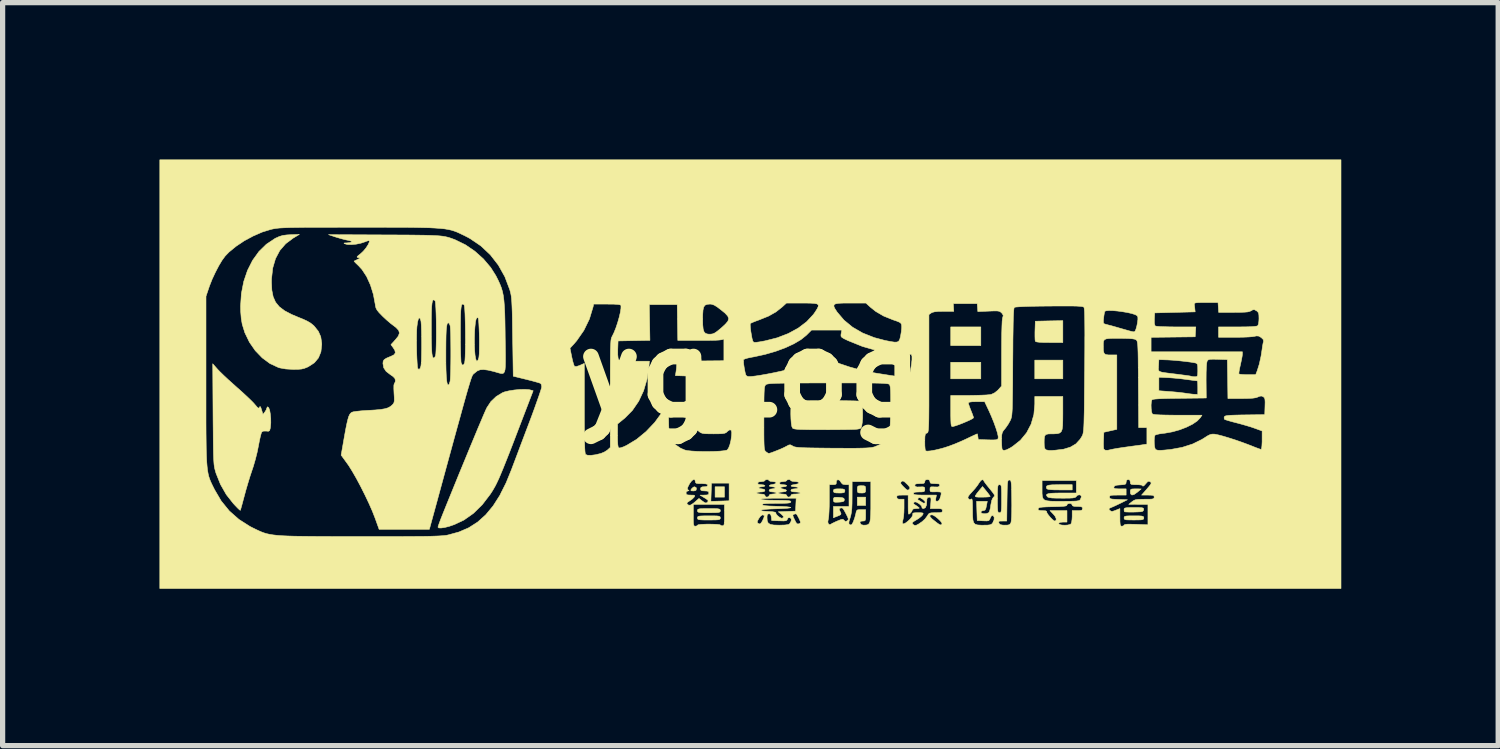
<source format=kicad_pcb>
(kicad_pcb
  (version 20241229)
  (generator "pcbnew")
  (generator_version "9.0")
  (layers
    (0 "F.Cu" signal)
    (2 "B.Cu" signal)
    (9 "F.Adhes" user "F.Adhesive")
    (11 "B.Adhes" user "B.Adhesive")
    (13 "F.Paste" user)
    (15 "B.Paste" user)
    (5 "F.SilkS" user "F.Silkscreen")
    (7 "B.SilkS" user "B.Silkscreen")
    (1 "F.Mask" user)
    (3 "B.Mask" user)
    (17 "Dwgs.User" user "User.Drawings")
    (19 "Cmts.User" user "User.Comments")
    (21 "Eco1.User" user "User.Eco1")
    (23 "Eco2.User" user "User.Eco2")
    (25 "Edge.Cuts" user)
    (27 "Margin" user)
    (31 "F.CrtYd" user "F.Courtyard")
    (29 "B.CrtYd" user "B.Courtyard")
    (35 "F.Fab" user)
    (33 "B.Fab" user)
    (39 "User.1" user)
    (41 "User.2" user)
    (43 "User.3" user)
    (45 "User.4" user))
  (footprint "ygLog"
    (layer "F.Cu")
    (at 11.296 4.093)
    (property "Reference" "ygLog" (at 0 0 0) (layer "F.SilkS") (effects (font (size 1.524 1.524) (thickness 0.3))))
    (attr through_hole)
    (fp_poly (pts (xy -0.496 2.361) (xy -0.675 2.361) (xy -0.675 2.163) (xy -0.496 2.163) (xy -0.496 2.361)) (stroke (width 0.01) (type solid)) (fill yes) (layer "F.SilkS"))
    (fp_poly (pts (xy 2.203 2.52) (xy 2.044 2.52) (xy 2.044 2.361) (xy 2.203 2.361) (xy 2.203 2.52)) (stroke (width 0.01) (type solid)) (fill yes) (layer "F.SilkS"))
    (fp_poly (pts (xy 4.405 -0.536) (xy 3.83 -0.536) (xy 3.83 -0.893) (xy 4.405 -0.893) (xy 4.405 -0.536)) (stroke (width 0.01) (type solid)) (fill yes) (layer "F.SilkS"))
    (fp_poly (pts (xy 4.405 0.099) (xy 3.83 0.099) (xy 3.83 -0.218) (xy 4.405 -0.218) (xy 4.405 0.099)) (stroke (width 0.01) (type solid)) (fill yes) (layer "F.SilkS"))
    (fp_poly (pts (xy 5.973 0.099) (xy 5.437 0.099) (xy 5.437 -0.258) (xy 5.973 -0.258) (xy 5.973 0.099)) (stroke (width 0.01) (type solid)) (fill yes) (layer "F.SilkS"))
    (fp_poly (pts (xy -1.037 2.179) (xy -1.032 2.203) (xy -1.041 2.232) (xy -1.076 2.242) (xy -1.092 2.242) (xy -1.132 2.24) (xy -1.139 2.226) (xy -1.126 2.203) (xy -1.093 2.171) (xy -1.067 2.163) (xy -1.037 2.179)) (stroke (width 0.01) (type solid)) (fill yes) (layer "F.SilkS"))
    (fp_poly (pts (xy 7.471 2.204) (xy 7.402 2.263) (xy 7.338 2.309) (xy 7.294 2.321) (xy 7.268 2.299) (xy 7.263 2.262) (xy 7.265 2.228) (xy 7.277 2.21) (xy 7.31 2.204) (xy 7.367 2.203) (xy 7.471 2.204)) (stroke (width 0.01) (type solid)) (fill yes) (layer "F.SilkS"))
    (fp_poly (pts (xy 5.973 -0.595) (xy 5.714 -0.595) (xy 5.602 -0.596) (xy 5.523 -0.6) (xy 5.475 -0.606) (xy 5.45 -0.616) (xy 5.446 -0.622) (xy 5.442 -0.652) (xy 5.44 -0.712) (xy 5.44 -0.79) (xy 5.441 -0.825) (xy 5.447 -1.002) (xy 5.71 -1.008) (xy 5.973 -1.013) (xy 5.973 -0.595)) (stroke (width 0.01) (type solid)) (fill yes) (layer "F.SilkS"))
    (fp_poly (pts (xy 6.152 2.223) (xy 5.913 2.223) (xy 5.807 2.222) (xy 5.736 2.218) (xy 5.691 2.212) (xy 5.669 2.202) (xy 5.663 2.194) (xy 5.657 2.166) (xy 5.669 2.146) (xy 5.703 2.133) (xy 5.764 2.126) (xy 5.857 2.124) (xy 5.915 2.123) (xy 6.152 2.123) (xy 6.152 2.223)) (stroke (width 0.01) (type solid)) (fill yes) (layer "F.SilkS"))
    (fp_poly (pts (xy 1.692 2.365) (xy 1.753 2.371) (xy 1.785 2.382) (xy 1.795 2.402) (xy 1.796 2.411) (xy 1.79 2.435) (xy 1.767 2.448) (xy 1.717 2.455) (xy 1.692 2.457) (xy 1.631 2.459) (xy 1.6 2.454) (xy 1.589 2.437) (xy 1.587 2.411) (xy 1.59 2.381) (xy 1.604 2.367) (xy 1.639 2.363) (xy 1.692 2.365)) (stroke (width 0.01) (type solid)) (fill yes) (layer "F.SilkS"))
    (fp_poly (pts (xy 1.76 2.204) (xy 1.793 2.212) (xy 1.805 2.228) (xy 1.806 2.242) (xy 1.801 2.265) (xy 1.781 2.277) (xy 1.735 2.282) (xy 1.697 2.282) (xy 1.634 2.28) (xy 1.601 2.273) (xy 1.589 2.256) (xy 1.587 2.242) (xy 1.592 2.219) (xy 1.613 2.207) (xy 1.658 2.203) (xy 1.697 2.203) (xy 1.76 2.204)) (stroke (width 0.01) (type solid)) (fill yes) (layer "F.SilkS"))
    (fp_poly (pts (xy 2.174 2.145) (xy 2.197 2.158) (xy 2.202 2.192) (xy 2.203 2.213) (xy 2.2 2.257) (xy 2.185 2.277) (xy 2.147 2.282) (xy 2.123 2.282) (xy 2.072 2.28) (xy 2.05 2.267) (xy 2.044 2.233) (xy 2.044 2.213) (xy 2.046 2.168) (xy 2.061 2.148) (xy 2.1 2.143) (xy 2.123 2.143) (xy 2.174 2.145)) (stroke (width 0.01) (type solid)) (fill yes) (layer "F.SilkS"))
    (fp_poly (pts (xy 4.511 2.247) (xy 4.55 2.297) (xy 4.577 2.334) (xy 4.584 2.349) (xy 4.566 2.355) (xy 4.517 2.359) (xy 4.449 2.361) (xy 4.434 2.361) (xy 4.359 2.361) (xy 4.316 2.357) (xy 4.299 2.349) (xy 4.301 2.334) (xy 4.305 2.327) (xy 4.33 2.29) (xy 4.369 2.241) (xy 4.382 2.225) (xy 4.438 2.158) (xy 4.511 2.247)) (stroke (width 0.01) (type solid)) (fill yes) (layer "F.SilkS"))
    (fp_poly (pts (xy 7.42 2.719) (xy 7.475 2.722) (xy 7.506 2.729) (xy 7.518 2.741) (xy 7.521 2.758) (xy 7.518 2.777) (xy 7.504 2.788) (xy 7.473 2.795) (xy 7.416 2.797) (xy 7.332 2.798) (xy 7.245 2.797) (xy 7.189 2.795) (xy 7.159 2.788) (xy 7.146 2.776) (xy 7.144 2.758) (xy 7.147 2.74) (xy 7.16 2.728) (xy 7.191 2.722) (xy 7.248 2.719) (xy 7.332 2.719) (xy 7.42 2.719)) (stroke (width 0.01) (type solid)) (fill yes) (layer "F.SilkS"))
    (fp_poly (pts (xy 7.421 2.56) (xy 7.476 2.563) (xy 7.506 2.569) (xy 7.517 2.58) (xy 7.518 2.599) (xy 7.517 2.601) (xy 7.511 2.621) (xy 7.495 2.634) (xy 7.46 2.641) (xy 7.399 2.644) (xy 7.336 2.646) (xy 7.256 2.647) (xy 7.194 2.645) (xy 7.157 2.642) (xy 7.152 2.641) (xy 7.145 2.616) (xy 7.144 2.596) (xy 7.147 2.579) (xy 7.163 2.569) (xy 7.199 2.563) (xy 7.261 2.56) (xy 7.334 2.56) (xy 7.421 2.56)) (stroke (width 0.01) (type solid)) (fill yes) (layer "F.SilkS"))
    (fp_poly (pts (xy -0.698 2.58) (xy -0.636 2.582) (xy -0.599 2.588) (xy -0.581 2.597) (xy -0.576 2.612) (xy -0.575 2.619) (xy -0.578 2.637) (xy -0.59 2.648) (xy -0.619 2.655) (xy -0.671 2.658) (xy -0.753 2.659) (xy -0.794 2.659) (xy -0.889 2.659) (xy -0.952 2.656) (xy -0.989 2.651) (xy -1.006 2.642) (xy -1.012 2.627) (xy -1.012 2.619) (xy -1.01 2.602) (xy -0.997 2.591) (xy -0.969 2.584) (xy -0.917 2.581) (xy -0.835 2.58) (xy -0.794 2.58) (xy -0.698 2.58)) (stroke (width 0.01) (type solid)) (fill yes) (layer "F.SilkS"))
    (fp_poly (pts (xy -0.698 2.719) (xy -0.636 2.721) (xy -0.599 2.726) (xy -0.581 2.736) (xy -0.576 2.751) (xy -0.575 2.758) (xy -0.578 2.776) (xy -0.59 2.787) (xy -0.619 2.794) (xy -0.671 2.797) (xy -0.753 2.798) (xy -0.794 2.798) (xy -0.889 2.798) (xy -0.952 2.795) (xy -0.989 2.79) (xy -1.006 2.781) (xy -1.012 2.766) (xy -1.012 2.758) (xy -1.01 2.741) (xy -0.997 2.73) (xy -0.969 2.723) (xy -0.917 2.72) (xy -0.835 2.719) (xy -0.794 2.719) (xy -0.698 2.719)) (stroke (width 0.01) (type solid)) (fill yes) (layer "F.SilkS"))
    (fp_poly (pts (xy -4.236 0.306) (xy -4.215 0.31) (xy -4.153 0.327) (xy -4.455 1.114) (xy -4.539 1.334) (xy -4.611 1.52) (xy -4.673 1.676) (xy -4.725 1.806) (xy -4.77 1.914) (xy -4.808 2.004) (xy -4.843 2.078) (xy -4.874 2.141) (xy -4.905 2.196) (xy -4.936 2.248) (xy -4.969 2.299) (xy -4.973 2.305) (xy -5.126 2.505) (xy -5.294 2.67) (xy -5.477 2.799) (xy -5.659 2.885) (xy -5.757 2.919) (xy -5.844 2.941) (xy -5.914 2.951) (xy -5.959 2.949) (xy -5.973 2.934) (xy -5.966 2.909) (xy -5.946 2.852) (xy -5.915 2.77) (xy -5.875 2.669) (xy -5.829 2.555) (xy -5.811 2.51) (xy -5.687 2.206) (xy -5.572 1.923) (xy -5.465 1.664) (xy -5.369 1.43) (xy -5.283 1.224) (xy -5.209 1.045) (xy -5.146 0.897) (xy -5.097 0.781) (xy -5.061 0.699) (xy -5.039 0.652) (xy -4.961 0.534) (xy -4.858 0.436) (xy -4.742 0.366) (xy -4.699 0.349) (xy -4.616 0.329) (xy -4.515 0.313) (xy -4.41 0.303) (xy -4.312 0.301) (xy -4.236 0.306)) (stroke (width 0.01) (type solid)) (fill yes) (layer "F.SilkS"))
    (fp_poly (pts (xy 1.606 0.516) (xy 1.75 0.517) (xy 1.876 0.519) (xy 1.98 0.521) (xy 2.058 0.524) (xy 2.103 0.526) (xy 2.112 0.528) (xy 2.127 0.553) (xy 2.137 0.607) (xy 2.144 0.683) (xy 2.146 0.769) (xy 2.145 0.858) (xy 2.138 0.938) (xy 2.128 1.002) (xy 2.114 1.039) (xy 2.112 1.04) (xy 2.099 1.049) (xy 2.076 1.056) (xy 2.04 1.062) (xy 1.986 1.066) (xy 1.91 1.068) (xy 1.808 1.07) (xy 1.676 1.071) (xy 1.509 1.072) (xy 1.459 1.072) (xy 1.282 1.071) (xy 1.141 1.071) (xy 1.031 1.069) (xy 0.949 1.067) (xy 0.889 1.063) (xy 0.849 1.058) (xy 0.823 1.051) (xy 0.808 1.043) (xy 0.805 1.04) (xy 0.791 1.007) (xy 0.781 0.944) (xy 0.775 0.863) (xy 0.772 0.774) (xy 0.773 0.686) (xy 0.779 0.61) (xy 0.789 0.557) (xy 0.798 0.54) (xy 0.817 0.533) (xy 0.86 0.527) (xy 0.929 0.522) (xy 1.029 0.519) (xy 1.16 0.517) (xy 1.327 0.516) (xy 1.451 0.516) (xy 1.606 0.516)) (stroke (width 0.01) (type solid)) (fill yes) (layer "F.SilkS"))
    (fp_poly (pts (xy -8.741 -2.591) (xy -8.884 -2.484) (xy -8.997 -2.354) (xy -9.079 -2.199) (xy -9.132 -2.019) (xy -9.155 -1.813) (xy -9.156 -1.746) (xy -9.149 -1.595) (xy -9.124 -1.47) (xy -9.078 -1.366) (xy -9.007 -1.279) (xy -8.907 -1.203) (xy -8.775 -1.133) (xy -8.654 -1.082) (xy -8.545 -1.038) (xy -8.465 -1) (xy -8.405 -0.964) (xy -8.357 -0.925) (xy -8.339 -0.908) (xy -8.26 -0.809) (xy -8.214 -0.706) (xy -8.196 -0.585) (xy -8.195 -0.556) (xy -8.211 -0.416) (xy -8.258 -0.301) (xy -8.337 -0.207) (xy -8.451 -0.133) (xy -8.463 -0.127) (xy -8.522 -0.103) (xy -8.58 -0.088) (xy -8.652 -0.082) (xy -8.741 -0.081) (xy -8.881 -0.089) (xy -8.994 -0.109) (xy -9.022 -0.117) (xy -9.184 -0.192) (xy -9.333 -0.302) (xy -9.466 -0.44) (xy -9.578 -0.602) (xy -9.665 -0.782) (xy -9.715 -0.943) (xy -9.734 -1.055) (xy -9.745 -1.192) (xy -9.747 -1.29) (xy -9.731 -1.532) (xy -9.686 -1.762) (xy -9.614 -1.974) (xy -9.517 -2.166) (xy -9.396 -2.334) (xy -9.254 -2.473) (xy -9.093 -2.581) (xy -9.075 -2.591) (xy -9.005 -2.622) (xy -8.939 -2.642) (xy -8.861 -2.652) (xy -8.791 -2.656) (xy -8.622 -2.662) (xy -8.741 -2.591)) (stroke (width 0.01) (type solid)) (fill yes) (layer "F.SilkS"))
    (fp_poly (pts (xy -10.187 -0.084) (xy -10.141 -0.036) (xy -10.072 0.031) (xy -9.987 0.111) (xy -9.893 0.195) (xy -9.822 0.259) (xy -9.728 0.342) (xy -9.639 0.424) (xy -9.562 0.497) (xy -9.503 0.556) (xy -9.474 0.589) (xy -9.432 0.638) (xy -9.406 0.659) (xy -9.392 0.657) (xy -9.385 0.643) (xy -9.375 0.627) (xy -9.362 0.642) (xy -9.345 0.692) (xy -9.319 0.779) (xy -9.283 0.734) (xy -9.257 0.693) (xy -9.247 0.663) (xy -9.236 0.638) (xy -9.228 0.635) (xy -9.208 0.653) (xy -9.19 0.702) (xy -9.178 0.773) (xy -9.17 0.855) (xy -9.169 0.942) (xy -9.176 1.022) (xy -9.18 1.048) (xy -9.192 1.089) (xy -9.216 1.102) (xy -9.255 1.098) (xy -9.314 1.099) (xy -9.341 1.115) (xy -9.353 1.144) (xy -9.369 1.204) (xy -9.387 1.286) (xy -9.405 1.38) (xy -9.43 1.504) (xy -9.465 1.643) (xy -9.504 1.777) (xy -9.527 1.845) (xy -9.565 1.959) (xy -9.606 2.093) (xy -9.646 2.23) (xy -9.676 2.341) (xy -9.702 2.438) (xy -9.724 2.52) (xy -9.741 2.58) (xy -9.75 2.612) (xy -9.751 2.614) (xy -9.767 2.604) (xy -9.803 2.57) (xy -9.853 2.518) (xy -9.887 2.481) (xy -10.02 2.312) (xy -10.131 2.117) (xy -10.215 1.907) (xy -10.222 1.885) (xy -10.232 1.849) (xy -10.241 1.815) (xy -10.248 1.778) (xy -10.254 1.734) (xy -10.258 1.68) (xy -10.262 1.611) (xy -10.265 1.524) (xy -10.267 1.416) (xy -10.269 1.281) (xy -10.27 1.117) (xy -10.272 0.92) (xy -10.273 0.774) (xy -10.279 -0.189) (xy -10.187 -0.084)) (stroke (width 0.01) (type solid)) (fill yes) (layer "F.SilkS"))
    (fp_poly (pts (xy -6.985 -2.652) (xy -6.747 -2.651) (xy -6.545 -2.65) (xy -6.376 -2.648) (xy -6.235 -2.646) (xy -6.119 -2.643) (xy -6.024 -2.639) (xy -5.947 -2.634) (xy -5.883 -2.627) (xy -5.83 -2.618) (xy -5.783 -2.607) (xy -5.74 -2.594) (xy -5.695 -2.578) (xy -5.645 -2.559) (xy -5.636 -2.555) (xy -5.448 -2.463) (xy -5.268 -2.34) (xy -5.104 -2.193) (xy -4.965 -2.029) (xy -4.866 -1.872) (xy -4.825 -1.791) (xy -4.791 -1.717) (xy -4.763 -1.646) (xy -4.741 -1.573) (xy -4.724 -1.492) (xy -4.712 -1.398) (xy -4.703 -1.287) (xy -4.696 -1.154) (xy -4.692 -0.994) (xy -4.689 -0.801) (xy -4.688 -0.699) (xy -4.685 -0.51) (xy -4.683 -0.357) (xy -4.683 -0.236) (xy -4.685 -0.145) (xy -4.69 -0.079) (xy -4.701 -0.036) (xy -4.718 -0.011) (xy -4.742 -0.002) (xy -4.774 -0.004) (xy -4.816 -0.015) (xy -4.868 -0.03) (xy -4.901 -0.04) (xy -5.016 -0.067) (xy -5.101 -0.078) (xy -5.167 -0.074) (xy -5.22 -0.053) (xy -5.268 -0.015) (xy -5.278 -0.006) (xy -5.287 0.000029) (xy -5.295 0.007) (xy -5.302 0.015) (xy -5.311 0.028) (xy -5.32 0.047) (xy -5.331 0.074) (xy -5.344 0.111) (xy -5.36 0.16) (xy -5.379 0.223) (xy -5.403 0.303) (xy -5.431 0.4) (xy -5.464 0.518) (xy -5.503 0.658) (xy -5.548 0.822) (xy -5.601 1.013) (xy -5.661 1.231) (xy -5.729 1.48) (xy -5.806 1.761) (xy -5.892 2.077) (xy -5.987 2.426) (xy -6.138 2.977) (xy -7.098 2.977) (xy -7.175 2.763) (xy -7.227 2.63) (xy -7.293 2.48) (xy -7.369 2.32) (xy -7.45 2.159) (xy -7.531 2.007) (xy -7.609 1.871) (xy -7.678 1.76) (xy -7.702 1.726) (xy -7.824 1.558) (xy -7.763 1.208) (xy -7.737 1.065) (xy -7.715 0.956) (xy -7.696 0.876) (xy -7.679 0.819) (xy -7.661 0.78) (xy -7.641 0.755) (xy -7.62 0.739) (xy -7.587 0.729) (xy -7.523 0.72) (xy -7.437 0.711) (xy -7.337 0.704) (xy -7.319 0.703) (xy -7.177 0.695) (xy -7.068 0.685) (xy -6.987 0.671) (xy -6.927 0.653) (xy -6.882 0.628) (xy -6.851 0.602) (xy -6.827 0.576) (xy -6.813 0.55) (xy -6.807 0.513) (xy -6.808 0.457) (xy -6.813 0.376) (xy -6.817 0.285) (xy -6.816 0.221) (xy -6.808 0.19) (xy -6.806 0.188) (xy -6.791 0.161) (xy -6.787 0.128) (xy -6.797 0.091) (xy -6.831 0.055) (xy -6.882 0.02) (xy -6.964 -0.043) (xy -7.01 -0.112) (xy -7.025 -0.195) (xy -7.025 -0.197) (xy -7.02 -0.238) (xy -7.001 -0.268) (xy -6.959 -0.295) (xy -6.888 -0.325) (xy -6.881 -0.327) (xy -6.816 -0.359) (xy -6.788 -0.396) (xy -6.797 -0.444) (xy -6.829 -0.496) (xy -6.872 -0.554) (xy -6.806 -0.626) (xy -6.383 -0.626) (xy -6.382 -0.513) (xy -6.38 -0.4) (xy -6.376 -0.294) (xy -6.371 -0.204) (xy -6.366 -0.137) (xy -6.36 -0.1) (xy -6.358 -0.097) (xy -6.335 -0.08) (xy -6.314 -0.1) (xy -6.299 -0.144) (xy -6.294 -0.188) (xy -6.289 -0.264) (xy -6.287 -0.364) (xy -6.285 -0.478) (xy -6.285 -0.598) (xy -6.286 -0.718) (xy -6.288 -0.827) (xy -6.29 -0.888) (xy -6.1 -0.888) (xy -6.1 -0.713) (xy -6.098 -0.574) (xy -6.094 -0.467) (xy -6.089 -0.39) (xy -6.081 -0.339) (xy -6.07 -0.309) (xy -6.056 -0.298) (xy -6.053 -0.298) (xy -6.034 -0.314) (xy -6.02 -0.342) (xy -6.014 -0.38) (xy -6.013 -0.397) (xy -5.822 -0.397) (xy -5.822 -0.212) (xy -5.819 -0.065) (xy -5.814 0.049) (xy -5.807 0.131) (xy -5.798 0.184) (xy -5.785 0.212) (xy -5.775 0.218) (xy -5.759 0.201) (xy -5.745 0.158) (xy -5.741 0.144) (xy -5.737 0.1) (xy -5.733 0.025) (xy -5.73 -0.075) (xy -5.728 -0.192) (xy -5.727 -0.32) (xy -5.727 -0.451) (xy -5.728 -0.579) (xy -5.729 -0.696) (xy -5.731 -0.769) (xy -5.544 -0.769) (xy -5.544 -0.627) (xy -5.542 -0.496) (xy -5.54 -0.383) (xy -5.536 -0.292) (xy -5.533 -0.23) (xy -5.529 -0.203) (xy -5.508 -0.165) (xy -5.485 -0.166) (xy -5.465 -0.205) (xy -5.463 -0.213) (xy -5.457 -0.255) (xy -5.453 -0.326) (xy -5.45 -0.422) (xy -5.448 -0.535) (xy -5.447 -0.66) (xy -5.448 -0.682) (xy -5.276 -0.682) (xy -5.276 -0.558) (xy -5.272 -0.446) (xy -5.264 -0.353) (xy -5.252 -0.284) (xy -5.238 -0.245) (xy -5.228 -0.238) (xy -5.208 -0.257) (xy -5.191 -0.307) (xy -5.189 -0.324) (xy -5.184 -0.376) (xy -5.182 -0.453) (xy -5.181 -0.547) (xy -5.181 -0.652) (xy -5.183 -0.76) (xy -5.187 -0.862) (xy -5.191 -0.95) (xy -5.196 -1.018) (xy -5.202 -1.058) (xy -5.204 -1.064) (xy -5.226 -1.071) (xy -5.243 -1.044) (xy -5.257 -0.983) (xy -5.267 -0.884) (xy -5.272 -0.812) (xy -5.276 -0.682) (xy -5.448 -0.682) (xy -5.448 -0.79) (xy -5.45 -0.918) (xy -5.453 -1.038) (xy -5.456 -1.145) (xy -5.461 -1.23) (xy -5.467 -1.289) (xy -5.473 -1.314) (xy -5.493 -1.329) (xy -5.509 -1.329) (xy -5.521 -1.311) (xy -5.53 -1.27) (xy -5.537 -1.204) (xy -5.541 -1.109) (xy -5.543 -0.983) (xy -5.544 -0.82) (xy -5.544 -0.769) (xy -5.731 -0.769) (xy -5.732 -0.796) (xy -5.736 -0.871) (xy -5.74 -0.914) (xy -5.741 -0.918) (xy -5.757 -0.957) (xy -5.775 -0.972) (xy -5.789 -0.965) (xy -5.8 -0.941) (xy -5.808 -0.895) (xy -5.815 -0.826) (xy -5.819 -0.728) (xy -5.821 -0.598) (xy -5.822 -0.434) (xy -5.822 -0.397) (xy -6.013 -0.397) (xy -6.01 -0.448) (xy -6.007 -0.541) (xy -6.005 -0.652) (xy -6.004 -0.774) (xy -6.005 -0.9) (xy -6.006 -1.025) (xy -6.009 -1.142) (xy -6.013 -1.243) (xy -6.018 -1.324) (xy -6.023 -1.376) (xy -6.029 -1.393) (xy -6.049 -1.409) (xy -6.066 -1.408) (xy -6.078 -1.388) (xy -6.087 -1.344) (xy -6.094 -1.273) (xy -6.098 -1.173) (xy -6.1 -1.039) (xy -6.1 -0.888) (xy -6.29 -0.888) (xy -6.291 -0.919) (xy -6.296 -0.984) (xy -6.299 -1.008) (xy -6.315 -1.056) (xy -6.332 -1.066) (xy -6.349 -1.041) (xy -6.364 -0.982) (xy -6.376 -0.892) (xy -6.376 -0.891) (xy -6.38 -0.823) (xy -6.382 -0.732) (xy -6.383 -0.626) (xy -6.806 -0.626) (xy -6.789 -0.645) (xy -6.732 -0.716) (xy -6.71 -0.775) (xy -6.724 -0.827) (xy -6.774 -0.881) (xy -6.816 -0.913) (xy -6.879 -0.961) (xy -6.955 -1.026) (xy -7.028 -1.094) (xy -7.038 -1.104) (xy -7.099 -1.167) (xy -7.137 -1.214) (xy -7.159 -1.256) (xy -7.17 -1.303) (xy -7.172 -1.322) (xy -7.208 -1.515) (xy -7.264 -1.695) (xy -7.337 -1.856) (xy -7.425 -1.99) (xy -7.492 -2.063) (xy -7.538 -2.107) (xy -7.569 -2.139) (xy -7.577 -2.151) (xy -7.556 -2.161) (xy -7.515 -2.181) (xy -7.511 -2.183) (xy -7.473 -2.202) (xy -7.469 -2.211) (xy -7.496 -2.218) (xy -7.496 -2.218) (xy -7.518 -2.224) (xy -7.518 -2.237) (xy -7.491 -2.262) (xy -7.456 -2.289) (xy -7.4 -2.341) (xy -7.347 -2.405) (xy -7.306 -2.469) (xy -7.284 -2.522) (xy -7.283 -2.534) (xy -7.297 -2.543) (xy -7.341 -2.531) (xy -7.367 -2.52) (xy -7.446 -2.494) (xy -7.538 -2.475) (xy -7.628 -2.467) (xy -7.704 -2.469) (xy -7.739 -2.478) (xy -7.769 -2.491) (xy -7.767 -2.497) (xy -7.729 -2.499) (xy -7.719 -2.499) (xy -7.656 -2.505) (xy -7.624 -2.517) (xy -7.626 -2.53) (xy -7.664 -2.543) (xy -7.683 -2.547) (xy -7.745 -2.56) (xy -7.827 -2.581) (xy -7.913 -2.607) (xy -7.918 -2.608) (xy -8.066 -2.657) (xy -6.985 -2.652)) (stroke (width 0.01) (type solid)) (fill yes) (layer "F.SilkS"))
    (fp_poly (pts (xy 11.291 4.108) (xy -11.291 4.108) (xy -11.291 0.441) (xy -10.408 0.441) (xy -10.408 0.706) (xy -10.408 0.937) (xy -10.407 1.138) (xy -10.405 1.309) (xy -10.403 1.456) (xy -10.399 1.58) (xy -10.394 1.684) (xy -10.387 1.771) (xy -10.379 1.845) (xy -10.368 1.907) (xy -10.356 1.961) (xy -10.34 2.01) (xy -10.322 2.056) (xy -10.301 2.103) (xy -10.277 2.152) (xy -10.249 2.208) (xy -10.247 2.213) (xy -10.118 2.433) (xy -9.962 2.625) (xy -9.778 2.787) (xy -9.568 2.921) (xy -9.515 2.948) (xy -9.456 2.977) (xy -9.403 3.002) (xy -9.353 3.024) (xy -9.303 3.043) (xy -9.251 3.059) (xy -9.192 3.072) (xy -9.125 3.083) (xy -9.046 3.092) (xy -8.953 3.099) (xy -8.842 3.104) (xy -8.71 3.108) (xy -8.556 3.11) (xy -8.374 3.112) (xy -8.164 3.113) (xy -7.921 3.114) (xy -7.644 3.114) (xy -7.475 3.114) (xy -7.185 3.114) (xy -6.931 3.114) (xy -6.712 3.114) (xy -6.524 3.113) (xy -6.364 3.112) (xy -6.23 3.111) (xy -6.119 3.109) (xy -6.028 3.106) (xy -5.954 3.103) (xy -5.895 3.099) (xy -5.848 3.095) (xy -5.809 3.09) (xy -5.779 3.084) (xy -5.571 3.027) (xy -5.384 2.946) (xy -5.214 2.837) (xy -5.06 2.699) (xy -4.919 2.529) (xy -4.79 2.327) (xy -4.768 2.282) (xy -1.23 2.282) (xy -1.224 2.307) (xy -1.2 2.319) (xy -1.148 2.322) (xy -1.141 2.322) (xy -1.087 2.323) (xy -1.065 2.33) (xy -1.068 2.347) (xy -1.076 2.361) (xy -1.11 2.396) (xy -1.159 2.431) (xy -1.164 2.434) (xy -1.205 2.461) (xy -1.214 2.483) (xy -1.207 2.494) (xy -1.179 2.516) (xy -1.144 2.513) (xy -1.124 2.5) (xy -1.091 2.5) (xy -1.091 2.709) (xy -1.091 2.802) (xy -1.089 2.862) (xy -1.083 2.897) (xy -1.073 2.913) (xy -1.057 2.917) (xy -1.052 2.917) (xy -1.019 2.909) (xy -1.012 2.897) (xy -0.993 2.888) (xy -0.94 2.882) (xy -0.856 2.878) (xy -0.794 2.877) (xy -0.706 2.879) (xy -0.635 2.882) (xy -0.589 2.888) (xy -0.575 2.893) (xy -0.559 2.906) (xy -0.536 2.909) (xy -0.518 2.906) (xy -0.506 2.893) (xy -0.5 2.863) (xy -0.499 2.848) (xy 0.131 2.848) (xy 0.143 2.86) (xy 0.173 2.874) (xy 0.196 2.866) (xy 0.222 2.829) (xy 0.237 2.8) (xy 0.256 2.757) (xy 0.318 2.757) (xy 0.322 2.817) (xy 0.341 2.857) (xy 0.38 2.882) (xy 0.446 2.894) (xy 0.544 2.897) (xy 0.555 2.897) (xy 0.659 2.894) (xy 0.724 2.885) (xy 0.749 2.872) (xy 0.779 2.82) (xy 0.782 2.778) (xy 0.758 2.754) (xy 0.756 2.753) (xy 0.721 2.757) (xy 0.708 2.781) (xy 0.698 2.801) (xy 0.677 2.812) (xy 0.636 2.816) (xy 0.565 2.814) (xy 0.552 2.814) (xy 0.407 2.808) (xy 0.401 2.743) (xy 0.389 2.696) (xy 0.364 2.679) (xy 0.356 2.679) (xy 0.331 2.686) (xy 0.319 2.715) (xy 0.318 2.757) (xy 0.256 2.757) (xy 0.258 2.751) (xy 0.266 2.717) (xy 0.264 2.711) (xy 0.23 2.699) (xy 0.191 2.727) (xy 0.16 2.771) (xy 0.134 2.82) (xy 0.131 2.848) (xy -0.499 2.848) (xy -0.497 2.809) (xy -0.496 2.724) (xy -0.496 2.704) (xy -0.496 2.611) (xy 0.197 2.611) (xy 0.2 2.619) (xy 0.237 2.627) (xy 0.311 2.633) (xy 0.348 2.635) (xy 0.423 2.64) (xy 0.471 2.649) (xy 0.486 2.659) (xy 0.486 2.66) (xy 0.491 2.684) (xy 0.519 2.716) (xy 0.557 2.746) (xy 0.594 2.764) (xy 0.61 2.764) (xy 0.633 2.745) (xy 0.635 2.738) (xy 0.621 2.715) (xy 0.617 2.712) (xy 0.811 2.712) (xy 0.822 2.745) (xy 0.842 2.787) (xy 0.87 2.843) (xy 0.891 2.87) (xy 0.914 2.874) (xy 0.94 2.866) (xy 0.957 2.854) (xy 0.957 2.836) (xy 1.48 2.836) (xy 1.491 2.873) (xy 1.514 2.888) (xy 1.536 2.88) (xy 1.561 2.865) (xy 1.882 2.865) (xy 1.892 2.882) (xy 1.919 2.894) (xy 1.939 2.885) (xy 1.96 2.848) (xy 1.971 2.823) (xy 1.996 2.752) (xy 2.015 2.68) (xy 2.016 2.674) (xy 2.026 2.628) (xy 2.044 2.606) (xy 2.082 2.6) (xy 2.116 2.6) (xy 2.203 2.6) (xy 2.203 2.709) (xy 2.202 2.771) (xy 2.195 2.804) (xy 2.178 2.816) (xy 2.145 2.818) (xy 2.105 2.822) (xy 2.095 2.841) (xy 2.098 2.857) (xy 2.117 2.887) (xy 2.162 2.897) (xy 2.174 2.897) (xy 2.215 2.895) (xy 2.246 2.887) (xy 2.269 2.867) (xy 2.285 2.831) (xy 2.294 2.774) (xy 2.299 2.691) (xy 2.302 2.578) (xy 2.302 2.449) (xy 2.302 2.361) (xy 2.798 2.361) (xy 2.806 2.389) (xy 2.836 2.4) (xy 2.867 2.401) (xy 2.937 2.401) (xy 2.937 2.568) (xy 2.935 2.653) (xy 2.929 2.727) (xy 2.92 2.779) (xy 2.918 2.787) (xy 2.907 2.835) (xy 2.91 2.867) (xy 2.929 2.873) (xy 2.964 2.857) (xy 3.008 2.824) (xy 3.052 2.783) (xy 3.086 2.741) (xy 3.104 2.706) (xy 3.104 2.694) (xy 3.103 2.674) (xy 3.12 2.663) (xy 3.164 2.659) (xy 3.204 2.659) (xy 3.267 2.66) (xy 3.297 2.665) (xy 3.303 2.678) (xy 3.294 2.699) (xy 3.265 2.73) (xy 3.215 2.77) (xy 3.175 2.794) (xy 3.121 2.827) (xy 3.096 2.848) (xy 3.095 2.866) (xy 3.109 2.883) (xy 3.136 2.9) (xy 3.168 2.9) (xy 3.213 2.877) (xy 3.279 2.832) (xy 3.289 2.824) (xy 3.34 2.777) (xy 3.375 2.73) (xy 3.431 2.73) (xy 3.465 2.771) (xy 3.518 2.814) (xy 3.58 2.862) (xy 3.619 2.887) (xy 3.642 2.893) (xy 3.656 2.884) (xy 3.663 2.874) (xy 3.658 2.849) (xy 3.628 2.812) (xy 3.584 2.77) (xy 3.536 2.731) (xy 3.492 2.705) (xy 3.469 2.699) (xy 3.432 2.707) (xy 3.431 2.73) (xy 3.375 2.73) (xy 3.38 2.724) (xy 3.384 2.718) (xy 3.403 2.686) (xy 3.426 2.668) (xy 3.464 2.661) (xy 3.529 2.659) (xy 3.543 2.659) (xy 3.612 2.658) (xy 3.651 2.652) (xy 3.668 2.64) (xy 3.671 2.619) (xy 3.667 2.597) (xy 3.647 2.585) (xy 3.603 2.58) (xy 3.555 2.58) (xy 3.44 2.58) (xy 3.449 2.471) (xy 3.453 2.408) (xy 3.449 2.375) (xy 3.435 2.363) (xy 3.416 2.361) (xy 3.386 2.369) (xy 3.374 2.399) (xy 3.373 2.426) (xy 3.366 2.513) (xy 3.345 2.563) (xy 3.31 2.58) (xy 3.281 2.57) (xy 3.279 2.555) (xy 3.27 2.529) (xy 3.236 2.495) (xy 3.22 2.483) (xy 3.17 2.455) (xy 3.14 2.452) (xy 3.128 2.46) (xy 3.118 2.484) (xy 3.135 2.5) (xy 3.175 2.526) (xy 3.205 2.548) (xy 3.228 2.568) (xy 3.223 2.576) (xy 3.185 2.579) (xy 3.17 2.579) (xy 3.115 2.586) (xy 3.096 2.606) (xy 3.096 2.606) (xy 3.082 2.639) (xy 3.056 2.669) (xy 3.038 2.684) (xy 3.026 2.686) (xy 3.02 2.667) (xy 3.017 2.624) (xy 3.016 2.548) (xy 3.016 2.513) (xy 3.016 2.405) (xy 3.196 2.405) (xy 3.207 2.414) (xy 3.239 2.432) (xy 3.266 2.451) (xy 3.308 2.476) (xy 3.333 2.474) (xy 3.343 2.462) (xy 3.336 2.44) (xy 3.304 2.409) (xy 3.293 2.4) (xy 3.248 2.373) (xy 3.221 2.372) (xy 3.208 2.381) (xy 3.196 2.405) (xy 3.016 2.405) (xy 3.016 2.322) (xy 2.907 2.322) (xy 2.844 2.323) (xy 2.811 2.331) (xy 2.799 2.347) (xy 2.798 2.361) (xy 2.302 2.361) (xy 2.302 2.292) (xy 3.115 2.292) (xy 3.122 2.305) (xy 3.144 2.314) (xy 3.19 2.319) (xy 3.265 2.321) (xy 3.336 2.322) (xy 3.557 2.322) (xy 3.545 2.381) (xy 3.541 2.423) (xy 3.555 2.439) (xy 3.572 2.441) (xy 3.603 2.427) (xy 3.627 2.382) (xy 3.63 2.374) (xy 4.158 2.374) (xy 4.167 2.391) (xy 4.195 2.41) (xy 4.219 2.399) (xy 4.231 2.395) (xy 4.239 2.41) (xy 4.244 2.448) (xy 4.246 2.516) (xy 4.247 2.606) (xy 4.248 2.719) (xy 4.254 2.798) (xy 4.269 2.849) (xy 4.297 2.879) (xy 4.344 2.893) (xy 4.412 2.897) (xy 4.455 2.897) (xy 4.533 2.896) (xy 4.581 2.89) (xy 4.611 2.877) (xy 4.632 2.854) (xy 4.632 2.853) (xy 4.645 2.826) (xy 4.747 2.826) (xy 4.748 2.847) (xy 4.755 2.866) (xy 4.777 2.887) (xy 4.827 2.896) (xy 4.864 2.897) (xy 4.924 2.895) (xy 4.957 2.884) (xy 4.976 2.859) (xy 4.982 2.845) (xy 4.988 2.808) (xy 4.993 2.737) (xy 4.996 2.639) (xy 4.996 2.585) (xy 5.5 2.585) (xy 5.503 2.606) (xy 5.526 2.616) (xy 5.579 2.619) (xy 5.586 2.619) (xy 5.645 2.623) (xy 5.666 2.635) (xy 5.664 2.641) (xy 5.67 2.664) (xy 5.697 2.703) (xy 5.735 2.749) (xy 5.775 2.789) (xy 5.808 2.814) (xy 5.819 2.818) (xy 5.844 2.805) (xy 5.845 2.77) (xy 5.823 2.724) (xy 5.793 2.688) (xy 5.727 2.619) (xy 6.052 2.619) (xy 6.052 2.838) (xy 5.973 2.838) (xy 5.918 2.843) (xy 5.895 2.859) (xy 5.894 2.867) (xy 5.911 2.885) (xy 5.955 2.895) (xy 6.012 2.898) (xy 6.069 2.894) (xy 6.114 2.882) (xy 6.128 2.873) (xy 6.141 2.842) (xy 6.149 2.784) (xy 6.152 2.734) (xy 6.152 2.619) (xy 6.251 2.619) (xy 6.31 2.617) (xy 6.34 2.608) (xy 6.347 2.593) (xy 6.854 2.593) (xy 6.871 2.613) (xy 6.894 2.631) (xy 6.921 2.634) (xy 6.966 2.619) (xy 6.984 2.612) (xy 7.064 2.58) (xy 7.064 2.749) (xy 7.065 2.83) (xy 7.069 2.881) (xy 7.077 2.906) (xy 7.091 2.916) (xy 7.104 2.917) (xy 7.136 2.908) (xy 7.144 2.895) (xy 7.158 2.885) (xy 7.204 2.879) (xy 7.284 2.879) (xy 7.372 2.881) (xy 7.6 2.89) (xy 7.6 2.5) (xy 7.233 2.499) (xy 7.293 2.45) (xy 7.325 2.427) (xy 7.359 2.412) (xy 7.406 2.405) (xy 7.476 2.402) (xy 7.536 2.401) (xy 7.622 2.401) (xy 7.676 2.398) (xy 7.705 2.391) (xy 7.717 2.378) (xy 7.719 2.361) (xy 7.715 2.339) (xy 7.696 2.327) (xy 7.654 2.323) (xy 7.599 2.322) (xy 7.478 2.322) (xy 7.578 2.208) (xy 7.628 2.149) (xy 7.655 2.112) (xy 7.662 2.09) (xy 7.652 2.074) (xy 7.645 2.068) (xy 7.619 2.056) (xy 7.594 2.066) (xy 7.559 2.104) (xy 7.556 2.108) (xy 7.524 2.142) (xy 7.504 2.152) (xy 7.501 2.148) (xy 7.484 2.132) (xy 7.432 2.125) (xy 7.382 2.123) (xy 7.316 2.122) (xy 7.28 2.116) (xy 7.266 2.102) (xy 7.263 2.075) (xy 7.263 2.074) (xy 7.254 2.035) (xy 7.223 2.024) (xy 7.192 2.036) (xy 7.183 2.073) (xy 7.18 2.1) (xy 7.164 2.116) (xy 7.126 2.123) (xy 7.07 2.127) (xy 7.002 2.133) (xy 6.965 2.145) (xy 6.95 2.165) (xy 6.949 2.168) (xy 6.95 2.187) (xy 6.97 2.198) (xy 7.015 2.202) (xy 7.063 2.203) (xy 7.183 2.203) (xy 7.183 2.322) (xy 7.025 2.322) (xy 6.946 2.323) (xy 6.898 2.326) (xy 6.874 2.335) (xy 6.866 2.351) (xy 6.866 2.361) (xy 6.87 2.38) (xy 6.885 2.392) (xy 6.921 2.399) (xy 6.985 2.403) (xy 7.037 2.405) (xy 7.208 2.411) (xy 7.08 2.475) (xy 7.007 2.51) (xy 6.94 2.541) (xy 6.895 2.56) (xy 6.858 2.577) (xy 6.854 2.593) (xy 6.347 2.593) (xy 6.35 2.589) (xy 6.35 2.58) (xy 6.345 2.556) (xy 6.323 2.544) (xy 6.274 2.54) (xy 6.251 2.54) (xy 6.188 2.537) (xy 6.158 2.526) (xy 6.152 2.51) (xy 6.134 2.486) (xy 6.102 2.48) (xy 6.062 2.491) (xy 6.052 2.51) (xy 6.046 2.522) (xy 6.023 2.531) (xy 5.978 2.537) (xy 5.906 2.541) (xy 5.8 2.544) (xy 5.78 2.544) (xy 5.67 2.547) (xy 5.593 2.551) (xy 5.544 2.556) (xy 5.517 2.564) (xy 5.504 2.575) (xy 5.5 2.585) (xy 4.996 2.585) (xy 4.997 2.521) (xy 4.996 2.414) (xy 4.994 2.282) (xy 4.992 2.185) (xy 4.989 2.117) (xy 4.984 2.074) (xy 4.977 2.049) (xy 4.973 2.044) (xy 5.576 2.044) (xy 5.576 2.211) (xy 5.576 2.29) (xy 5.581 2.348) (xy 5.595 2.389) (xy 5.623 2.416) (xy 5.671 2.431) (xy 5.744 2.439) (xy 5.847 2.441) (xy 5.964 2.441) (xy 6.085 2.44) (xy 6.172 2.439) (xy 6.232 2.436) (xy 6.27 2.43) (xy 6.293 2.422) (xy 6.305 2.409) (xy 6.31 2.402) (xy 6.328 2.354) (xy 6.318 2.327) (xy 6.294 2.317) (xy 6.253 2.324) (xy 6.234 2.344) (xy 6.22 2.36) (xy 6.198 2.37) (xy 6.16 2.377) (xy 6.1 2.38) (xy 6.009 2.381) (xy 5.955 2.381) (xy 5.843 2.38) (xy 5.765 2.377) (xy 5.714 2.37) (xy 5.685 2.36) (xy 5.676 2.352) (xy 5.66 2.327) (xy 5.665 2.308) (xy 5.694 2.295) (xy 5.751 2.287) (xy 5.84 2.283) (xy 5.954 2.282) (xy 6.231 2.282) (xy 6.231 2.044) (xy 5.576 2.044) (xy 4.973 2.044) (xy 4.968 2.037) (xy 4.955 2.034) (xy 4.951 2.034) (xy 4.937 2.036) (xy 4.927 2.044) (xy 4.92 2.065) (xy 4.915 2.102) (xy 4.911 2.162) (xy 4.909 2.249) (xy 4.907 2.368) (xy 4.906 2.426) (xy 4.901 2.818) (xy 4.822 2.818) (xy 4.769 2.819) (xy 4.747 2.826) (xy 4.645 2.826) (xy 4.657 2.799) (xy 4.661 2.749) (xy 4.643 2.716) (xy 4.635 2.712) (xy 4.607 2.72) (xy 4.586 2.76) (xy 4.572 2.794) (xy 4.553 2.811) (xy 4.518 2.816) (xy 4.454 2.814) (xy 4.451 2.814) (xy 4.336 2.808) (xy 4.324 2.441) (xy 4.529 2.441) (xy 4.515 2.515) (xy 4.502 2.576) (xy 4.487 2.607) (xy 4.464 2.618) (xy 4.444 2.619) (xy 4.412 2.632) (xy 4.405 2.649) (xy 4.422 2.669) (xy 4.462 2.679) (xy 4.509 2.677) (xy 4.55 2.662) (xy 4.561 2.653) (xy 4.575 2.62) (xy 4.589 2.562) (xy 4.596 2.509) (xy 4.615 2.419) (xy 4.632 2.386) (xy 4.723 2.386) (xy 4.723 2.391) (xy 4.723 2.499) (xy 4.725 2.573) (xy 4.728 2.62) (xy 4.735 2.646) (xy 4.746 2.657) (xy 4.762 2.659) (xy 4.763 2.659) (xy 4.778 2.657) (xy 4.789 2.646) (xy 4.796 2.621) (xy 4.8 2.575) (xy 4.802 2.503) (xy 4.802 2.396) (xy 4.802 2.391) (xy 4.802 2.284) (xy 4.8 2.209) (xy 4.797 2.162) (xy 4.79 2.137) (xy 4.779 2.126) (xy 4.763 2.123) (xy 4.763 2.123) (xy 4.747 2.125) (xy 4.736 2.136) (xy 4.729 2.161) (xy 4.725 2.207) (xy 4.723 2.28) (xy 4.723 2.386) (xy 4.632 2.386) (xy 4.643 2.366) (xy 4.647 2.362) (xy 4.664 2.346) (xy 4.667 2.328) (xy 4.654 2.301) (xy 4.622 2.258) (xy 4.57 2.194) (xy 4.52 2.132) (xy 4.482 2.082) (xy 4.462 2.051) (xy 4.461 2.045) (xy 4.451 2.032) (xy 4.437 2.028) (xy 4.409 2.04) (xy 4.378 2.08) (xy 4.374 2.086) (xy 4.343 2.134) (xy 4.295 2.196) (xy 4.241 2.256) (xy 4.19 2.312) (xy 4.164 2.349) (xy 4.158 2.374) (xy 3.63 2.374) (xy 3.634 2.361) (xy 3.646 2.309) (xy 3.647 2.274) (xy 3.644 2.268) (xy 3.618 2.262) (xy 3.567 2.259) (xy 3.532 2.26) (xy 3.473 2.261) (xy 3.444 2.255) (xy 3.434 2.236) (xy 3.433 2.212) (xy 3.436 2.179) (xy 3.451 2.165) (xy 3.491 2.164) (xy 3.521 2.166) (xy 3.579 2.167) (xy 3.608 2.157) (xy 3.619 2.138) (xy 3.618 2.117) (xy 3.598 2.107) (xy 3.549 2.104) (xy 3.53 2.103) (xy 3.472 2.101) (xy 3.442 2.092) (xy 3.433 2.072) (xy 3.433 2.064) (xy 3.421 2.033) (xy 3.383 2.024) (xy 3.344 2.033) (xy 3.334 2.064) (xy 3.328 2.088) (xy 3.306 2.1) (xy 3.256 2.103) (xy 3.236 2.103) (xy 3.177 2.106) (xy 3.149 2.115) (xy 3.143 2.134) (xy 3.144 2.137) (xy 3.155 2.158) (xy 3.186 2.167) (xy 3.241 2.166) (xy 3.297 2.164) (xy 3.325 2.171) (xy 3.333 2.192) (xy 3.334 2.211) (xy 3.331 2.24) (xy 3.317 2.256) (xy 3.281 2.261) (xy 3.225 2.262) (xy 3.159 2.265) (xy 3.125 2.274) (xy 3.115 2.292) (xy 2.302 2.292) (xy 2.302 2.082) (xy 2.872 2.082) (xy 2.876 2.103) (xy 2.902 2.137) (xy 2.93 2.166) (xy 2.975 2.209) (xy 3.002 2.227) (xy 3.023 2.223) (xy 3.035 2.213) (xy 3.049 2.192) (xy 3.045 2.169) (xy 3.016 2.134) (xy 2.992 2.11) (xy 2.947 2.068) (xy 2.918 2.052) (xy 2.896 2.057) (xy 2.888 2.064) (xy 2.872 2.082) (xy 2.302 2.082) (xy 2.302 2.064) (xy 1.945 2.064) (xy 1.944 2.356) (xy 1.943 2.483) (xy 1.939 2.579) (xy 1.931 2.653) (xy 1.919 2.713) (xy 1.906 2.758) (xy 1.885 2.826) (xy 1.882 2.865) (xy 1.561 2.865) (xy 1.565 2.863) (xy 1.618 2.837) (xy 1.663 2.817) (xy 1.723 2.793) (xy 1.758 2.784) (xy 1.778 2.79) (xy 1.792 2.806) (xy 1.817 2.828) (xy 1.846 2.816) (xy 1.85 2.814) (xy 1.868 2.796) (xy 1.871 2.774) (xy 1.857 2.737) (xy 1.833 2.689) (xy 1.797 2.621) (xy 1.772 2.582) (xy 1.752 2.567) (xy 1.729 2.568) (xy 1.72 2.571) (xy 1.7 2.584) (xy 1.701 2.607) (xy 1.716 2.638) (xy 1.732 2.674) (xy 1.727 2.695) (xy 1.696 2.712) (xy 1.666 2.724) (xy 1.587 2.755) (xy 1.587 2.54) (xy 1.885 2.54) (xy 1.885 2.123) (xy 1.819 2.123) (xy 1.767 2.115) (xy 1.736 2.086) (xy 1.729 2.072) (xy 1.701 2.036) (xy 1.669 2.028) (xy 1.646 2.047) (xy 1.642 2.079) (xy 1.639 2.109) (xy 1.616 2.121) (xy 1.577 2.123) (xy 1.508 2.123) (xy 1.508 2.43) (xy 1.507 2.54) (xy 1.503 2.64) (xy 1.498 2.721) (xy 1.491 2.775) (xy 1.488 2.789) (xy 1.48 2.836) (xy 0.957 2.836) (xy 0.956 2.831) (xy 0.937 2.787) (xy 0.93 2.771) (xy 0.901 2.716) (xy 0.884 2.688) (xy 0.868 2.68) (xy 0.847 2.684) (xy 0.838 2.687) (xy 0.816 2.697) (xy 0.811 2.712) (xy 0.617 2.712) (xy 0.587 2.683) (xy 0.584 2.681) (xy 0.533 2.641) (xy 0.698 2.635) (xy 0.863 2.629) (xy 0.869 2.505) (xy 0.875 2.381) (xy 0.537 2.381) (xy 0.405 2.382) (xy 0.303 2.386) (xy 0.234 2.391) (xy 0.201 2.398) (xy 0.198 2.401) (xy 0.218 2.409) (xy 0.273 2.415) (xy 0.361 2.419) (xy 0.478 2.421) (xy 0.486 2.421) (xy 0.6 2.422) (xy 0.681 2.424) (xy 0.732 2.428) (xy 0.761 2.435) (xy 0.773 2.445) (xy 0.774 2.451) (xy 0.768 2.463) (xy 0.748 2.471) (xy 0.707 2.476) (xy 0.64 2.479) (xy 0.541 2.48) (xy 0.494 2.48) (xy 0.379 2.481) (xy 0.299 2.484) (xy 0.249 2.489) (xy 0.226 2.497) (xy 0.223 2.505) (xy 0.24 2.516) (xy 0.285 2.525) (xy 0.362 2.531) (xy 0.475 2.535) (xy 0.503 2.536) (xy 0.604 2.539) (xy 0.688 2.544) (xy 0.746 2.551) (xy 0.773 2.558) (xy 0.774 2.56) (xy 0.755 2.567) (xy 0.703 2.574) (xy 0.623 2.579) (xy 0.523 2.583) (xy 0.486 2.584) (xy 0.373 2.588) (xy 0.286 2.594) (xy 0.227 2.602) (xy 0.197 2.611) (xy -0.496 2.611) (xy -0.496 2.5) (xy -1.091 2.5) (xy -1.124 2.5) (xy -1.096 2.483) (xy -1.06 2.453) (xy -0.983 2.386) (xy -0.917 2.437) (xy -0.873 2.467) (xy -0.847 2.474) (xy -0.824 2.46) (xy -0.821 2.457) (xy -0.811 2.442) (xy -0.756 2.442) (xy -0.581 2.437) (xy -0.407 2.431) (xy -0.407 2.282) (xy 0.119 2.282) (xy 0.137 2.294) (xy 0.181 2.301) (xy 0.198 2.302) (xy 0.254 2.307) (xy 0.276 2.323) (xy 0.278 2.332) (xy 0.294 2.356) (xy 0.318 2.361) (xy 0.35 2.349) (xy 0.357 2.332) (xy 0.372 2.31) (xy 0.42 2.302) (xy 0.427 2.302) (xy 0.473 2.297) (xy 0.495 2.285) (xy 0.496 2.282) (xy 0.536 2.282) (xy 0.553 2.294) (xy 0.597 2.301) (xy 0.615 2.302) (xy 0.67 2.307) (xy 0.693 2.323) (xy 0.695 2.332) (xy 0.711 2.356) (xy 0.734 2.361) (xy 0.767 2.349) (xy 0.774 2.332) (xy 0.786 2.312) (xy 0.825 2.303) (xy 0.863 2.302) (xy 0.916 2.298) (xy 0.948 2.288) (xy 0.953 2.282) (xy 0.935 2.27) (xy 0.89 2.263) (xy 0.863 2.262) (xy 0.804 2.258) (xy 0.778 2.245) (xy 0.774 2.232) (xy 0.789 2.21) (xy 0.837 2.203) (xy 0.843 2.203) (xy 0.889 2.198) (xy 0.912 2.185) (xy 0.913 2.183) (xy 0.895 2.17) (xy 0.852 2.163) (xy 0.843 2.163) (xy 0.791 2.157) (xy 0.776 2.144) (xy 0.796 2.129) (xy 0.847 2.12) (xy 0.904 2.108) (xy 0.928 2.091) (xy 0.918 2.074) (xy 0.872 2.064) (xy 0.855 2.064) (xy 0.805 2.059) (xy 0.776 2.049) (xy 0.774 2.044) (xy 0.757 2.028) (xy 0.734 2.024) (xy 0.702 2.032) (xy 0.695 2.044) (xy 0.677 2.057) (xy 0.634 2.064) (xy 0.625 2.064) (xy 0.574 2.07) (xy 0.556 2.091) (xy 0.556 2.094) (xy 0.571 2.116) (xy 0.619 2.123) (xy 0.625 2.123) (xy 0.671 2.128) (xy 0.694 2.141) (xy 0.695 2.143) (xy 0.677 2.157) (xy 0.636 2.163) (xy 0.635 2.163) (xy 0.589 2.17) (xy 0.577 2.185) (xy 0.601 2.201) (xy 0.629 2.206) (xy 0.678 2.22) (xy 0.691 2.238) (xy 0.67 2.255) (xy 0.617 2.262) (xy 0.566 2.267) (xy 0.538 2.277) (xy 0.536 2.282) (xy 0.496 2.282) (xy 0.479 2.269) (xy 0.436 2.262) (xy 0.427 2.262) (xy 0.375 2.256) (xy 0.357 2.235) (xy 0.357 2.232) (xy 0.375 2.209) (xy 0.417 2.203) (xy 0.459 2.197) (xy 0.476 2.183) (xy 0.476 2.183) (xy 0.459 2.169) (xy 0.417 2.163) (xy 0.417 2.163) (xy 0.37 2.156) (xy 0.359 2.142) (xy 0.384 2.126) (xy 0.42 2.12) (xy 0.472 2.107) (xy 0.492 2.089) (xy 0.478 2.071) (xy 0.43 2.064) (xy 0.428 2.064) (xy 0.382 2.059) (xy 0.358 2.047) (xy 0.357 2.044) (xy 0.341 2.028) (xy 0.318 2.024) (xy 0.285 2.032) (xy 0.278 2.044) (xy 0.26 2.057) (xy 0.217 2.064) (xy 0.208 2.064) (xy 0.157 2.07) (xy 0.139 2.091) (xy 0.139 2.094) (xy 0.154 2.116) (xy 0.202 2.123) (xy 0.208 2.123) (xy 0.254 2.128) (xy 0.277 2.141) (xy 0.278 2.143) (xy 0.261 2.157) (xy 0.219 2.163) (xy 0.218 2.163) (xy 0.176 2.169) (xy 0.159 2.183) (xy 0.159 2.183) (xy 0.176 2.197) (xy 0.218 2.203) (xy 0.218 2.203) (xy 0.266 2.212) (xy 0.278 2.232) (xy 0.265 2.253) (xy 0.221 2.262) (xy 0.198 2.262) (xy 0.149 2.267) (xy 0.121 2.278) (xy 0.119 2.282) (xy -0.407 2.282) (xy -0.407 2.094) (xy -0.744 2.094) (xy -0.75 2.268) (xy -0.756 2.442) (xy -0.811 2.442) (xy -0.807 2.437) (xy -0.814 2.418) (xy -0.849 2.392) (xy -0.877 2.375) (xy -0.962 2.323) (xy -0.878 2.322) (xy -0.824 2.319) (xy -0.799 2.307) (xy -0.794 2.282) (xy -0.8 2.256) (xy -0.827 2.245) (xy -0.873 2.242) (xy -0.925 2.239) (xy -0.948 2.226) (xy -0.953 2.203) (xy -0.945 2.175) (xy -0.914 2.164) (xy -0.883 2.163) (xy -0.832 2.157) (xy -0.814 2.136) (xy -0.814 2.133) (xy -0.823 2.116) (xy -0.855 2.107) (xy -0.918 2.103) (xy -0.933 2.103) (xy -0.999 2.102) (xy -1.035 2.096) (xy -1.05 2.081) (xy -1.052 2.064) (xy -1.062 2.029) (xy -1.087 2.024) (xy -1.121 2.047) (xy -1.158 2.096) (xy -1.169 2.115) (xy -1.197 2.17) (xy -1.204 2.202) (xy -1.194 2.22) (xy -1.189 2.224) (xy -1.173 2.238) (xy -1.194 2.242) (xy -1.196 2.242) (xy -1.225 2.258) (xy -1.23 2.282) (xy -4.768 2.282) (xy -4.671 2.089) (xy -4.568 1.836) (xy -4.541 1.764) (xy -4.502 1.661) (xy -4.454 1.534) (xy -4.4 1.389) (xy -4.34 1.231) (xy -4.278 1.067) (xy -4.237 0.959) (xy -4.179 0.805) (xy -4.126 0.66) (xy -4.08 0.53) (xy -4.041 0.42) (xy -4.012 0.333) (xy -3.994 0.275) (xy -3.989 0.251) (xy -3.997 0.207) (xy -4.012 0.186) (xy -4.04 0.176) (xy -4.098 0.159) (xy -4.178 0.137) (xy -4.273 0.113) (xy -4.285 0.11) (xy -4.534 0.049) (xy -4.542 -0.486) (xy -3.449 -0.486) (xy -3.416 -0.323) (xy -3.399 -0.246) (xy -3.381 -0.183) (xy -3.367 -0.146) (xy -3.363 -0.141) (xy -3.33 -0.135) (xy -3.267 -0.155) (xy -3.259 -0.159) (xy -3.175 -0.196) (xy -3.175 0.662) (xy -3.175 0.881) (xy -3.174 1.063) (xy -3.172 1.212) (xy -3.17 1.329) (xy -3.167 1.418) (xy -3.163 1.481) (xy -3.158 1.522) (xy -3.152 1.543) (xy -3.15 1.546) (xy -3.113 1.56) (xy -3.047 1.562) (xy -2.962 1.551) (xy -2.866 1.528) (xy -2.858 1.526) (xy -2.793 1.499) (xy -2.736 1.463) (xy -2.728 1.456) (xy -2.679 1.411) (xy -2.679 1.186) (xy -2.54 1.186) (xy -2.539 1.289) (xy -2.535 1.358) (xy -2.528 1.399) (xy -2.516 1.419) (xy -2.512 1.421) (xy -2.481 1.418) (xy -2.428 1.4) (xy -2.367 1.372) (xy -2.175 1.256) (xy -1.994 1.107) (xy -1.83 0.934) (xy -1.691 0.744) (xy -1.634 0.647) (xy -1.571 0.529) (xy -1.564 0.855) (xy -1.562 0.977) (xy -1.558 1.067) (xy -1.553 1.132) (xy -1.545 1.18) (xy -1.534 1.216) (xy -1.518 1.25) (xy -1.509 1.266) (xy -1.437 1.356) (xy -1.334 1.426) (xy -1.252 1.461) (xy -1.201 1.472) (xy -1.122 1.48) (xy -1.023 1.486) (xy -0.911 1.489) (xy -0.796 1.489) (xy -0.685 1.487) (xy -0.585 1.482) (xy -0.506 1.474) (xy -0.455 1.464) (xy -0.443 1.459) (xy -0.417 1.422) (xy -0.392 1.357) (xy -0.372 1.274) (xy -0.36 1.184) (xy -0.357 1.125) (xy -0.367 1.082) (xy -0.395 1.074) (xy -0.435 1.1) (xy -0.446 1.111) (xy -0.466 1.129) (xy -0.494 1.14) (xy -0.536 1.147) (xy -0.602 1.15) (xy -0.699 1.151) (xy -0.706 1.151) (xy -0.805 1.15) (xy -0.873 1.148) (xy -0.918 1.141) (xy -0.95 1.129) (xy -0.977 1.111) (xy -0.986 1.103) (xy -1.042 1.055) (xy -1.046 0.855) (xy 0.258 0.855) (xy 0.258 1.027) (xy 0.258 1.163) (xy 0.259 1.268) (xy 0.261 1.347) (xy 0.264 1.403) (xy 0.269 1.441) (xy 0.275 1.466) (xy 0.284 1.481) (xy 0.295 1.492) (xy 0.302 1.497) (xy 0.326 1.514) (xy 0.343 1.523) (xy 0.364 1.523) (xy 0.399 1.512) (xy 0.458 1.49) (xy 0.491 1.477) (xy 0.569 1.446) (xy 0.642 1.413) (xy 0.69 1.388) (xy 0.735 1.364) (xy 0.765 1.361) (xy 0.799 1.378) (xy 0.809 1.384) (xy 0.826 1.394) (xy 0.85 1.401) (xy 0.884 1.407) (xy 0.933 1.412) (xy 1.001 1.416) (xy 1.092 1.419) (xy 1.21 1.421) (xy 1.358 1.423) (xy 1.542 1.425) (xy 1.563 1.425) (xy 1.756 1.426) (xy 1.913 1.427) (xy 2.039 1.426) (xy 2.138 1.424) (xy 2.216 1.421) (xy 2.275 1.417) (xy 2.322 1.411) (xy 2.359 1.403) (xy 2.374 1.399) (xy 2.475 1.356) (xy 2.547 1.305) (xy 3.334 1.305) (xy 3.335 1.38) (xy 3.34 1.44) (xy 3.346 1.473) (xy 3.348 1.476) (xy 3.379 1.482) (xy 3.442 1.477) (xy 3.532 1.461) (xy 3.644 1.434) (xy 3.711 1.415) (xy 3.799 1.386) (xy 3.908 1.345) (xy 4.021 1.297) (xy 4.05 1.284) (xy 4.802 1.284) (xy 4.804 1.36) (xy 4.808 1.419) (xy 4.814 1.452) (xy 4.815 1.455) (xy 4.847 1.468) (xy 4.898 1.456) (xy 4.97 1.419) (xy 5.013 1.392) (xy 5.162 1.274) (xy 5.28 1.131) (xy 5.366 0.966) (xy 5.419 0.783) (xy 5.437 0.583) (xy 5.437 0.581) (xy 5.437 0.437) (xy 5.973 0.437) (xy 5.973 0.763) (xy 5.972 0.896) (xy 5.969 0.994) (xy 5.96 1.064) (xy 5.942 1.109) (xy 5.912 1.135) (xy 5.869 1.147) (xy 5.808 1.151) (xy 5.762 1.151) (xy 5.691 1.153) (xy 5.647 1.165) (xy 5.625 1.195) (xy 5.617 1.25) (xy 5.616 1.316) (xy 5.618 1.387) (xy 5.628 1.432) (xy 5.654 1.458) (xy 5.701 1.467) (xy 5.778 1.467) (xy 5.828 1.464) (xy 5.99 1.444) (xy 6.12 1.404) (xy 6.224 1.342) (xy 6.304 1.254) (xy 6.337 1.201) (xy 6.346 1.183) (xy 6.354 1.165) (xy 6.36 1.142) (xy 6.365 1.111) (xy 6.37 1.07) (xy 6.374 1.015) (xy 6.377 0.943) (xy 6.379 0.851) (xy 6.382 0.735) (xy 6.384 0.593) (xy 6.385 0.421) (xy 6.387 0.216) (xy 6.389 -0.025) (xy 6.39 -0.06) (xy 6.392 -0.319) (xy 6.393 -0.52) (xy 6.747 -0.52) (xy 6.747 -0.516) (xy 6.749 -0.437) (xy 6.761 -0.39) (xy 6.789 -0.366) (xy 6.84 -0.358) (xy 6.888 -0.357) (xy 7.005 -0.357) (xy 7.005 1.065) (xy 6.881 1.093) (xy 6.757 1.121) (xy 6.751 1.268) (xy 6.749 1.343) (xy 6.751 1.405) (xy 6.755 1.44) (xy 6.755 1.442) (xy 6.781 1.464) (xy 6.835 1.465) (xy 6.899 1.45) (xy 6.943 1.441) (xy 7.016 1.428) (xy 7.108 1.414) (xy 7.206 1.4) (xy 7.307 1.386) (xy 7.399 1.374) (xy 7.472 1.364) (xy 7.516 1.357) (xy 7.58 1.348) (xy 7.58 1.032) (xy 7.423 1.032) (xy 7.42 0.6) (xy 7.66 0.6) (xy 7.662 0.667) (xy 7.669 0.728) (xy 7.681 0.766) (xy 7.684 0.77) (xy 7.705 0.778) (xy 7.754 0.785) (xy 7.832 0.789) (xy 7.943 0.792) (xy 8.089 0.794) (xy 8.17 0.794) (xy 8.633 0.794) (xy 8.601 0.843) (xy 8.542 0.905) (xy 8.451 0.967) (xy 8.336 1.024) (xy 8.206 1.074) (xy 8.066 1.113) (xy 7.926 1.138) (xy 7.898 1.141) (xy 7.824 1.151) (xy 7.767 1.164) (xy 7.736 1.176) (xy 7.734 1.178) (xy 7.724 1.215) (xy 7.72 1.275) (xy 7.721 1.342) (xy 7.728 1.402) (xy 7.74 1.441) (xy 7.743 1.445) (xy 7.762 1.458) (xy 7.792 1.465) (xy 7.838 1.467) (xy 7.908 1.462) (xy 8.009 1.452) (xy 8.044 1.448) (xy 8.256 1.409) (xy 8.455 1.345) (xy 8.63 1.259) (xy 8.667 1.236) (xy 8.737 1.191) (xy 8.787 1.166) (xy 8.828 1.156) (xy 8.871 1.157) (xy 8.884 1.159) (xy 8.948 1.172) (xy 9.04 1.196) (xy 9.152 1.23) (xy 9.274 1.269) (xy 9.397 1.312) (xy 9.513 1.355) (xy 9.58 1.381) (xy 9.655 1.411) (xy 9.717 1.434) (xy 9.756 1.447) (xy 9.763 1.449) (xy 9.773 1.43) (xy 9.779 1.379) (xy 9.783 1.302) (xy 9.783 1.272) (xy 9.783 1.096) (xy 9.649 1.047) (xy 9.571 1.02) (xy 9.471 0.99) (xy 9.362 0.959) (xy 9.297 0.942) (xy 9.208 0.919) (xy 9.134 0.898) (xy 9.083 0.882) (xy 9.063 0.873) (xy 9.056 0.846) (xy 9.06 0.827) (xy 9.069 0.816) (xy 9.088 0.807) (xy 9.124 0.801) (xy 9.18 0.796) (xy 9.264 0.793) (xy 9.379 0.79) (xy 9.453 0.789) (xy 9.833 0.784) (xy 9.838 0.625) (xy 9.84 0.544) (xy 9.837 0.494) (xy 9.828 0.464) (xy 9.81 0.446) (xy 9.803 0.441) (xy 9.767 0.427) (xy 9.727 0.435) (xy 9.704 0.446) (xy 9.665 0.46) (xy 9.606 0.469) (xy 9.52 0.474) (xy 9.402 0.476) (xy 9.388 0.476) (xy 9.129 0.476) (xy 9.124 0.104) (xy 9.118 -0.268) (xy 8.936 -0.274) (xy 8.849 -0.276) (xy 8.793 -0.274) (xy 8.76 -0.267) (xy 8.741 -0.254) (xy 8.732 -0.239) (xy 8.723 -0.201) (xy 8.717 -0.127) (xy 8.713 -0.022) (xy 8.712 0.112) (xy 8.712 0.134) (xy 8.715 0.466) (xy 8.203 0.472) (xy 8.035 0.474) (xy 7.903 0.477) (xy 7.804 0.481) (xy 7.735 0.486) (xy 7.694 0.493) (xy 7.676 0.501) (xy 7.676 0.501) (xy 7.665 0.54) (xy 7.66 0.6) (xy 7.42 0.6) (xy 7.418 0.327) (xy 7.809 0.327) (xy 8.007 0.342) (xy 8.107 0.35) (xy 8.206 0.36) (xy 8.288 0.37) (xy 8.315 0.374) (xy 8.39 0.385) (xy 8.459 0.393) (xy 8.488 0.395) (xy 8.553 0.397) (xy 8.553 0.268) (xy 8.552 0.202) (xy 8.549 0.156) (xy 8.546 0.139) (xy 8.525 0.136) (xy 8.473 0.13) (xy 8.399 0.12) (xy 8.333 0.111) (xy 8.224 0.097) (xy 8.108 0.086) (xy 8.004 0.078) (xy 7.967 0.076) (xy 7.809 0.069) (xy 7.809 0.327) (xy 7.418 0.327) (xy 7.417 0.207) (xy 7.416 0.004) (xy 7.415 -0.079) (xy 7.8 -0.079) (xy 7.807 -0.056) (xy 7.828 -0.04) (xy 7.867 -0.027) (xy 7.93 -0.017) (xy 8.021 -0.005) (xy 8.146 0.01) (xy 8.156 0.011) (xy 8.254 0.024) (xy 8.338 0.035) (xy 8.399 0.044) (xy 8.43 0.051) (xy 8.432 0.052) (xy 8.456 0.057) (xy 8.496 0.06) (xy 8.527 0.058) (xy 8.544 0.047) (xy 8.551 0.018) (xy 8.553 -0.039) (xy 8.553 -0.068) (xy 8.552 -0.137) (xy 8.546 -0.176) (xy 8.532 -0.195) (xy 8.506 -0.205) (xy 8.498 -0.206) (xy 8.416 -0.22) (xy 8.307 -0.234) (xy 8.188 -0.247) (xy 8.07 -0.257) (xy 7.969 -0.263) (xy 7.957 -0.263) (xy 7.809 -0.268) (xy 7.803 -0.154) (xy 7.8 -0.111) (xy 7.8 -0.079) (xy 7.415 -0.079) (xy 7.414 -0.163) (xy 7.413 -0.297) (xy 7.411 -0.403) (xy 7.408 -0.484) (xy 7.405 -0.543) (xy 7.4 -0.585) (xy 7.395 -0.613) (xy 7.388 -0.63) (xy 7.38 -0.641) (xy 7.373 -0.647) (xy 7.345 -0.659) (xy 7.297 -0.667) (xy 7.222 -0.672) (xy 7.117 -0.674) (xy 7.053 -0.675) (xy 6.937 -0.675) (xy 6.854 -0.672) (xy 6.8 -0.664) (xy 6.768 -0.648) (xy 6.752 -0.621) (xy 6.747 -0.579) (xy 6.747 -0.52) (xy 6.393 -0.52) (xy 6.393 -0.542) (xy 6.393 -0.694) (xy 7.66 -0.694) (xy 7.66 -0.417) (xy 9.406 -0.417) (xy 9.406 -0.372) (xy 9.401 -0.332) (xy 9.389 -0.266) (xy 9.372 -0.188) (xy 9.368 -0.169) (xy 9.351 -0.094) (xy 9.341 -0.034) (xy 9.338 0.001) (xy 9.339 0.005) (xy 9.362 0.012) (xy 9.415 0.017) (xy 9.486 0.02) (xy 9.504 0.02) (xy 9.66 0.02) (xy 9.689 -0.055) (xy 9.729 -0.182) (xy 9.763 -0.338) (xy 9.781 -0.456) (xy 9.791 -0.528) (xy 9.802 -0.586) (xy 9.81 -0.616) (xy 9.805 -0.651) (xy 9.766 -0.69) (xy 9.718 -0.718) (xy 9.673 -0.721) (xy 9.641 -0.714) (xy 9.598 -0.707) (xy 9.525 -0.701) (xy 9.429 -0.697) (xy 9.32 -0.695) (xy 9.262 -0.695) (xy 8.95 -0.695) (xy 8.95 -0.893) (xy 9.313 -0.893) (xy 9.459 -0.894) (xy 9.568 -0.897) (xy 9.644 -0.903) (xy 9.687 -0.91) (xy 9.7 -0.917) (xy 9.713 -0.949) (xy 9.721 -1.006) (xy 9.723 -1.055) (xy 9.721 -1.123) (xy 9.712 -1.164) (xy 9.691 -1.19) (xy 9.674 -1.202) (xy 9.635 -1.223) (xy 9.604 -1.22) (xy 9.575 -1.203) (xy 9.547 -1.19) (xy 9.507 -1.18) (xy 9.446 -1.175) (xy 9.359 -1.172) (xy 9.239 -1.171) (xy 8.952 -1.171) (xy 8.94 -1.359) (xy 8.711 -1.359) (xy 8.614 -1.359) (xy 8.549 -1.357) (xy 8.511 -1.353) (xy 8.492 -1.344) (xy 8.487 -1.33) (xy 8.488 -1.315) (xy 8.495 -1.256) (xy 8.498 -1.225) (xy 8.503 -1.181) (xy 7.729 -1.161) (xy 7.723 -1.044) (xy 7.723 -0.964) (xy 7.734 -0.919) (xy 7.743 -0.91) (xy 7.77 -0.905) (xy 7.83 -0.9) (xy 7.917 -0.897) (xy 8.023 -0.894) (xy 8.142 -0.893) (xy 8.515 -0.893) (xy 8.509 -0.799) (xy 8.503 -0.704) (xy 8.081 -0.699) (xy 7.66 -0.694) (xy 6.393 -0.694) (xy 6.394 -0.73) (xy 6.393 -0.885) (xy 6.392 -1) (xy 6.747 -1) (xy 6.751 -0.967) (xy 6.767 -0.951) (xy 6.799 -0.942) (xy 6.84 -0.931) (xy 6.91 -0.913) (xy 6.998 -0.888) (xy 7.084 -0.863) (xy 7.186 -0.834) (xy 7.257 -0.814) (xy 7.302 -0.803) (xy 7.328 -0.799) (xy 7.342 -0.801) (xy 7.35 -0.808) (xy 7.357 -0.819) (xy 7.371 -0.851) (xy 7.387 -0.908) (xy 7.398 -0.962) (xy 7.408 -1.036) (xy 7.407 -1.081) (xy 7.394 -1.107) (xy 7.394 -1.107) (xy 7.357 -1.128) (xy 7.292 -1.149) (xy 7.208 -1.168) (xy 7.113 -1.184) (xy 7.016 -1.197) (xy 6.925 -1.205) (xy 6.849 -1.206) (xy 6.796 -1.201) (xy 6.776 -1.19) (xy 6.767 -1.16) (xy 6.758 -1.105) (xy 6.753 -1.062) (xy 6.747 -1) (xy 6.392 -1) (xy 6.392 -1.01) (xy 6.39 -1.108) (xy 6.388 -1.18) (xy 6.384 -1.229) (xy 6.38 -1.259) (xy 6.376 -1.269) (xy 6.363 -1.277) (xy 6.339 -1.283) (xy 6.298 -1.287) (xy 6.237 -1.291) (xy 6.152 -1.293) (xy 6.04 -1.293) (xy 5.895 -1.293) (xy 5.715 -1.292) (xy 5.711 -1.292) (xy 5.526 -1.29) (xy 5.367 -1.287) (xy 5.237 -1.283) (xy 5.138 -1.278) (xy 5.074 -1.273) (xy 5.046 -1.267) (xy 5.046 -1.267) (xy 5.04 -1.252) (xy 5.035 -1.217) (xy 5.031 -1.159) (xy 5.027 -1.076) (xy 5.024 -0.964) (xy 5.022 -0.823) (xy 5.019 -0.649) (xy 5.018 -0.44) (xy 5.016 -0.221) (xy 5.015 0.007) (xy 5.014 0.199) (xy 5.012 0.358) (xy 5.01 0.488) (xy 5.008 0.592) (xy 5.006 0.674) (xy 5.002 0.738) (xy 4.998 0.785) (xy 4.993 0.821) (xy 4.986 0.849) (xy 4.979 0.872) (xy 4.969 0.893) (xy 4.969 0.894) (xy 4.929 0.966) (xy 4.88 1.037) (xy 4.865 1.055) (xy 4.833 1.094) (xy 4.815 1.129) (xy 4.805 1.173) (xy 4.802 1.238) (xy 4.802 1.284) (xy 4.05 1.284) (xy 4.105 1.259) (xy 4.191 1.218) (xy 4.263 1.184) (xy 4.314 1.161) (xy 4.336 1.151) (xy 4.337 1.151) (xy 4.343 1.168) (xy 4.349 1.206) (xy 4.356 1.26) (xy 4.54 1.266) (xy 4.628 1.268) (xy 4.684 1.266) (xy 4.716 1.259) (xy 4.732 1.246) (xy 4.737 1.237) (xy 4.737 1.199) (xy 4.722 1.131) (xy 4.694 1.042) (xy 4.656 0.936) (xy 4.61 0.822) (xy 4.56 0.709) (xy 4.478 0.536) (xy 4.323 0.536) (xy 4.237 0.538) (xy 4.187 0.545) (xy 4.168 0.558) (xy 4.167 0.561) (xy 4.174 0.591) (xy 4.193 0.645) (xy 4.216 0.704) (xy 4.242 0.769) (xy 4.26 0.82) (xy 4.266 0.844) (xy 4.249 0.859) (xy 4.204 0.883) (xy 4.14 0.912) (xy 4.065 0.944) (xy 3.991 0.973) (xy 3.925 0.996) (xy 3.876 1.01) (xy 3.861 1.012) (xy 3.849 1.008) (xy 3.84 0.99) (xy 3.835 0.955) (xy 3.832 0.895) (xy 3.83 0.805) (xy 3.83 0.714) (xy 3.83 0.417) (xy 4.182 0.417) (xy 4.302 0.415) (xy 4.413 0.412) (xy 4.507 0.408) (xy 4.576 0.402) (xy 4.607 0.396) (xy 4.669 0.367) (xy 4.729 0.319) (xy 4.741 0.306) (xy 4.802 0.237) (xy 4.802 -0.399) (xy 4.803 -0.607) (xy 4.805 -0.778) (xy 4.809 -0.911) (xy 4.813 -1.005) (xy 4.82 -1.061) (xy 4.824 -1.075) (xy 4.834 -1.111) (xy 4.816 -1.146) (xy 4.804 -1.159) (xy 4.782 -1.179) (xy 4.758 -1.192) (xy 4.721 -1.198) (xy 4.665 -1.199) (xy 4.579 -1.196) (xy 4.555 -1.195) (xy 4.348 -1.186) (xy 4.336 -1.339) (xy 3.879 -1.339) (xy 3.888 -1.191) (xy 3.695 -1.191) (xy 3.591 -1.189) (xy 3.52 -1.182) (xy 3.473 -1.169) (xy 3.457 -1.16) (xy 3.413 -1.129) (xy 3.413 -0.001) (xy 3.413 0.239) (xy 3.413 0.442) (xy 3.413 0.611) (xy 3.412 0.751) (xy 3.411 0.862) (xy 3.409 0.95) (xy 3.406 1.016) (xy 3.403 1.064) (xy 3.399 1.096) (xy 3.394 1.117) (xy 3.388 1.129) (xy 3.381 1.134) (xy 3.373 1.137) (xy 3.353 1.146) (xy 3.342 1.167) (xy 3.336 1.207) (xy 3.334 1.276) (xy 3.334 1.305) (xy 2.547 1.305) (xy 2.563 1.293) (xy 2.628 1.219) (xy 2.658 1.154) (xy 2.664 1.112) (xy 2.669 1.039) (xy 2.674 0.939) (xy 2.678 0.822) (xy 2.68 0.693) (xy 2.681 0.658) (xy 2.682 0.514) (xy 2.681 0.404) (xy 2.679 0.324) (xy 2.675 0.269) (xy 2.669 0.233) (xy 2.66 0.212) (xy 2.655 0.206) (xy 2.645 0.199) (xy 2.625 0.194) (xy 2.593 0.19) (xy 2.546 0.186) (xy 2.481 0.183) (xy 2.394 0.181) (xy 2.284 0.179) (xy 2.146 0.178) (xy 1.979 0.178) (xy 1.778 0.178) (xy 1.541 0.178) (xy 1.477 0.178) (xy 1.233 0.178) (xy 1.025 0.179) (xy 0.851 0.18) (xy 0.707 0.181) (xy 0.591 0.183) (xy 0.5 0.185) (xy 0.429 0.188) (xy 0.377 0.191) (xy 0.341 0.196) (xy 0.316 0.201) (xy 0.301 0.207) (xy 0.294 0.212) (xy 0.284 0.224) (xy 0.276 0.241) (xy 0.269 0.269) (xy 0.265 0.312) (xy 0.262 0.373) (xy 0.26 0.458) (xy 0.259 0.571) (xy 0.258 0.715) (xy 0.258 0.855) (xy -1.046 0.855) (xy -1.052 0.552) (xy -1.062 0.05) (xy -1.434 0.038) (xy -1.422 -0.036) (xy -1.413 -0.105) (xy -1.409 -0.172) (xy -1.409 -0.173) (xy -1.409 -0.236) (xy -0.133 -0.236) (xy -0.128 -0.179) (xy -0.117 -0.106) (xy -0.115 -0.097) (xy -0.101 -0.022) (xy -0.089 0.022) (xy -0.073 0.044) (xy -0.049 0.053) (xy -0.026 0.056) (xy 0.022 0.054) (xy 0.1 0.045) (xy 0.203 0.029) (xy 0.322 0.008) (xy 0.45 -0.017) (xy 0.58 -0.045) (xy 0.705 -0.074) (xy 0.784 -0.093) (xy 0.896 -0.126) (xy 1.013 -0.165) (xy 1.127 -0.208) (xy 1.227 -0.25) (xy 1.304 -0.288) (xy 1.333 -0.306) (xy 1.356 -0.318) (xy 1.385 -0.319) (xy 1.427 -0.307) (xy 1.492 -0.279) (xy 1.517 -0.268) (xy 1.697 -0.194) (xy 1.9 -0.126) (xy 2.111 -0.068) (xy 2.232 -0.04) (xy 2.313 -0.025) (xy 2.419 -0.006) (xy 2.541 0.013) (xy 2.667 0.033) (xy 2.788 0.051) (xy 2.893 0.066) (xy 2.973 0.075) (xy 2.991 0.077) (xy 3.019 0.064) (xy 3.033 0.045) (xy 3.044 0.01) (xy 3.058 -0.053) (xy 3.072 -0.132) (xy 3.077 -0.164) (xy 3.089 -0.265) (xy 3.089 -0.33) (xy 3.078 -0.365) (xy 3.053 -0.372) (xy 3.022 -0.36) (xy 2.985 -0.351) (xy 2.922 -0.352) (xy 2.827 -0.362) (xy 2.786 -0.368) (xy 2.452 -0.431) (xy 2.142 -0.52) (xy 1.86 -0.634) (xy 1.859 -0.635) (xy 1.79 -0.668) (xy 1.75 -0.692) (xy 1.733 -0.713) (xy 1.731 -0.739) (xy 1.735 -0.766) (xy 1.748 -0.833) (xy 1.169 -0.833) (xy 1.07 -0.734) (xy 0.967 -0.651) (xy 0.83 -0.57) (xy 0.666 -0.494) (xy 0.481 -0.426) (xy 0.28 -0.368) (xy 0.07 -0.322) (xy 0.03 -0.315) (xy -0.043 -0.3) (xy -0.1 -0.284) (xy -0.13 -0.269) (xy -0.132 -0.266) (xy -0.133 -0.236) (xy -1.409 -0.236) (xy -1.409 -0.237) (xy -0.888 -0.243) (xy -0.367 -0.248) (xy -0.361 -0.448) (xy -0.359 -0.539) (xy -0.36 -0.598) (xy -0.366 -0.634) (xy -0.377 -0.655) (xy -0.396 -0.669) (xy -0.404 -0.673) (xy -0.446 -0.689) (xy -0.483 -0.677) (xy -0.499 -0.667) (xy -0.52 -0.656) (xy -0.551 -0.648) (xy -0.597 -0.642) (xy -0.664 -0.638) (xy -0.757 -0.636) (xy -0.881 -0.635) (xy -0.966 -0.635) (xy -1.388 -0.635) (xy -1.394 -0.977) (xy -1.395 -1.045) (xy -0.913 -1.045) (xy -0.911 -0.931) (xy -0.903 -0.851) (xy -0.886 -0.799) (xy -0.858 -0.769) (xy -0.815 -0.756) (xy -0.771 -0.754) (xy -0.73 -0.758) (xy -0.689 -0.773) (xy -0.64 -0.805) (xy -0.575 -0.858) (xy -0.556 -0.874) (xy -0.49 -0.934) (xy -0.004 -0.934) (xy -0.001 -0.882) (xy 0.007 -0.813) (xy 0.019 -0.741) (xy 0.031 -0.675) (xy 0.044 -0.628) (xy 0.05 -0.615) (xy 0.061 -0.603) (xy 0.08 -0.597) (xy 0.115 -0.599) (xy 0.174 -0.607) (xy 0.262 -0.623) (xy 0.279 -0.626) (xy 0.512 -0.685) (xy 0.725 -0.767) (xy 0.914 -0.87) (xy 1.076 -0.993) (xy 1.205 -1.132) (xy 1.238 -1.179) (xy 1.276 -1.239) (xy 1.297 -1.283) (xy 1.298 -1.289) (xy 1.595 -1.289) (xy 1.612 -1.248) (xy 1.648 -1.192) (xy 1.658 -1.177) (xy 1.79 -1.022) (xy 1.953 -0.888) (xy 2.147 -0.776) (xy 2.37 -0.688) (xy 2.574 -0.634) (xy 2.681 -0.613) (xy 2.756 -0.602) (xy 2.805 -0.604) (xy 2.836 -0.621) (xy 2.855 -0.655) (xy 2.869 -0.708) (xy 2.872 -0.724) (xy 2.885 -0.801) (xy 2.892 -0.872) (xy 2.892 -0.909) (xy 2.888 -0.941) (xy 2.875 -0.965) (xy 2.847 -0.984) (xy 2.796 -1.005) (xy 2.728 -1.028) (xy 2.547 -1.101) (xy 2.396 -1.189) (xy 2.291 -1.273) (xy 2.208 -1.349) (xy 1.91 -1.349) (xy 1.782 -1.349) (xy 1.69 -1.345) (xy 1.63 -1.335) (xy 1.6 -1.317) (xy 1.595 -1.289) (xy 1.298 -1.289) (xy 1.298 -1.313) (xy 1.274 -1.333) (xy 1.222 -1.343) (xy 1.138 -1.348) (xy 1.019 -1.349) (xy 0.987 -1.349) (xy 0.689 -1.349) (xy 0.606 -1.273) (xy 0.487 -1.179) (xy 0.347 -1.1) (xy 0.178 -1.032) (xy 0.174 -1.03) (xy 0.1 -1.003) (xy 0.04 -0.979) (xy 0.004 -0.962) (xy -0.001 -0.959) (xy -0.004 -0.934) (xy -0.49 -0.934) (xy -0.477 -0.946) (xy -0.43 -1.003) (xy -0.415 -1.052) (xy -0.433 -1.1) (xy -0.484 -1.156) (xy -0.559 -1.217) (xy -0.635 -1.275) (xy -0.692 -1.31) (xy -0.738 -1.326) (xy -0.77 -1.33) (xy -0.827 -1.325) (xy -0.866 -1.309) (xy -0.892 -1.274) (xy -0.906 -1.215) (xy -0.912 -1.126) (xy -0.913 -1.045) (xy -1.395 -1.045) (xy -1.399 -1.32) (xy -1.933 -1.32) (xy -1.921 -0.636) (xy -2.226 -0.631) (xy -2.53 -0.625) (xy -2.536 -0.459) (xy -2.536 -0.362) (xy -2.529 -0.295) (xy -2.519 -0.266) (xy -2.499 -0.254) (xy -2.461 -0.246) (xy -2.398 -0.241) (xy -2.305 -0.239) (xy -2.213 -0.238) (xy -1.931 -0.238) (xy -1.94 -0.134) (xy -1.976 0.106) (xy -2.042 0.328) (xy -2.136 0.528) (xy -2.256 0.703) (xy -2.4 0.849) (xy -2.414 0.86) (xy -2.539 0.962) (xy -2.54 1.186) (xy -2.679 1.186) (xy -2.679 0.379) (xy -2.679 0.15) (xy -2.679 -0.043) (xy -2.678 -0.202) (xy -2.677 -0.333) (xy -2.676 -0.437) (xy -2.673 -0.518) (xy -2.67 -0.58) (xy -2.667 -0.627) (xy -2.662 -0.66) (xy -2.656 -0.685) (xy -2.648 -0.703) (xy -2.64 -0.719) (xy -2.639 -0.72) (xy -2.606 -0.788) (xy -2.571 -0.876) (xy -2.538 -0.975) (xy -2.509 -1.076) (xy -2.487 -1.169) (xy -2.475 -1.246) (xy -2.474 -1.298) (xy -2.475 -1.305) (xy -2.492 -1.316) (xy -2.534 -1.323) (xy -2.607 -1.328) (xy -2.715 -1.329) (xy -2.74 -1.33) (xy -2.996 -1.33) (xy -3.008 -1.275) (xy -3.078 -1.044) (xy -3.184 -0.826) (xy -3.321 -0.629) (xy -3.376 -0.565) (xy -3.449 -0.486) (xy -4.542 -0.486) (xy -4.546 -0.705) (xy -4.549 -0.899) (xy -4.551 -1.059) (xy -4.554 -1.188) (xy -4.558 -1.291) (xy -4.562 -1.372) (xy -4.567 -1.436) (xy -4.573 -1.487) (xy -4.581 -1.53) (xy -4.591 -1.57) (xy -4.601 -1.606) (xy -4.694 -1.852) (xy -4.819 -2.075) (xy -4.972 -2.272) (xy -5.153 -2.442) (xy -5.361 -2.583) (xy -5.447 -2.629) (xy -5.507 -2.658) (xy -5.561 -2.684) (xy -5.612 -2.707) (xy -5.663 -2.726) (xy -5.718 -2.743) (xy -5.778 -2.756) (xy -5.848 -2.768) (xy -5.93 -2.776) (xy -6.026 -2.783) (xy -6.141 -2.789) (xy -6.276 -2.792) (xy -6.435 -2.795) (xy -6.621 -2.797) (xy -6.837 -2.797) (xy -7.085 -2.798) (xy -7.369 -2.798) (xy -7.481 -2.798) (xy -7.763 -2.798) (xy -8.009 -2.797) (xy -8.221 -2.797) (xy -8.402 -2.797) (xy -8.554 -2.796) (xy -8.682 -2.794) (xy -8.788 -2.793) (xy -8.874 -2.79) (xy -8.944 -2.787) (xy -9 -2.784) (xy -9.047 -2.779) (xy -9.085 -2.774) (xy -9.119 -2.768) (xy -9.151 -2.761) (xy -9.166 -2.758) (xy -9.334 -2.706) (xy -9.508 -2.63) (xy -9.679 -2.538) (xy -9.835 -2.433) (xy -9.969 -2.323) (xy -10.041 -2.248) (xy -10.1 -2.168) (xy -10.164 -2.061) (xy -10.229 -1.936) (xy -10.29 -1.806) (xy -10.34 -1.679) (xy -10.351 -1.647) (xy -10.408 -1.478) (xy -10.408 0.139) (xy -10.408 0.441) (xy -11.291 0.441) (xy -11.291 -4.088) (xy 11.291 -4.088) (xy 11.291 4.108)) (stroke (width 0.01) (type solid)) (fill yes) (layer "F.SilkS")))
  (gr_rect
    (start -3 -3)
    (end 25.592 11.205)
    (stroke (width 0.1) (type default))
    (fill no)
    (layer "Edge.Cuts")))
</source>
